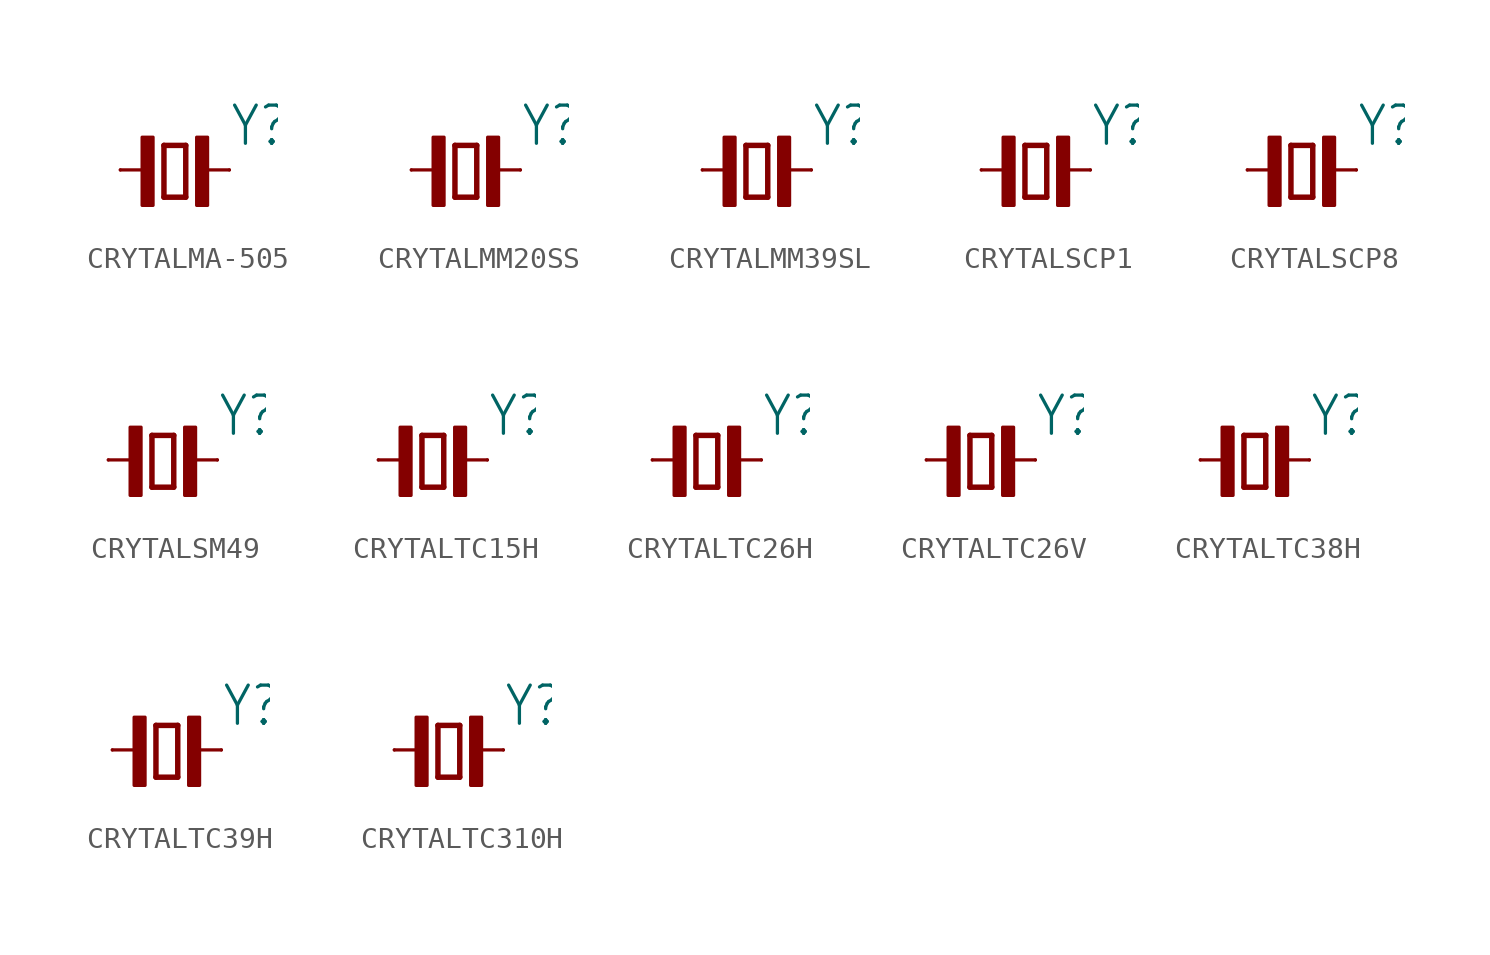
<source format=kicad_sym>
(kicad_symbol_lib
  (version 20231120)
  (generator "kicad_symbol_editor")
  (generator_version "8.0")
  (symbol "CRYTALMA-505"
    (property "Reference" "Y"
      (at 2.54 1.016 0)
      (effects (font (size 1.778 1.511)) (justify left bottom)))
    (property "Value" ""
      (at 2.54 -2.54 0)
      (effects (font (size 1.778 1.511)) (justify left bottom)))
    (property "ki_locked" ""
      (at 0 0 0)
      (effects (font (size 1.27 1.27))))
    (symbol "CRYTALMA-505_1_0"
      (rectangle (start -1.524 -1.651) (end -1.016 1.524) (stroke (width 0) (type default)) (fill (type outline)))
      (polyline (pts (xy -2.54 0) (xy -1.143 0)) (stroke (width 0.152) (type solid)) (fill (type none)))
      (polyline (pts (xy -0.508 -1.27) (xy 0.508 -1.27)) (stroke (width 0.254) (type solid)) (fill (type none)))
      (polyline (pts (xy -0.508 1.143) (xy -0.508 -1.27)) (stroke (width 0.254) (type solid)) (fill (type none)))
      (polyline (pts (xy 0.508 -1.27) (xy 0.508 1.143)) (stroke (width 0.254) (type solid)) (fill (type none)))
      (polyline (pts (xy 0.508 1.143) (xy -0.508 1.143)) (stroke (width 0.254) (type solid)) (fill (type none)))
      (polyline (pts (xy 1.143 0) (xy 2.54 0)) (stroke (width 0.152) (type solid)) (fill (type none)))
      (rectangle (start 1.016 -1.651) (end 1.524 1.524) (stroke (width 0) (type default)) (fill (type outline)))
      (pin passive line (at -2.54 0 0) (length 0) (name "1" (effects (font (size 0 0)))) (number "1" (effects (font (size 0 0)))))
      (pin passive line (at 2.54 0 180) (length 0) (name "2" (effects (font (size 0 0)))) (number "2" (effects (font (size 0 0)))))))
  (symbol "CRYTALMM20SS"
    (property "Reference" "Y"
      (at 2.54 1.016 0)
      (effects (font (size 1.778 1.511)) (justify left bottom)))
    (property "Value" ""
      (at 2.54 -2.54 0)
      (effects (font (size 1.778 1.511)) (justify left bottom)))
    (property "ki_locked" ""
      (at 0 0 0)
      (effects (font (size 1.27 1.27))))
    (symbol "CRYTALMM20SS_1_0"
      (rectangle (start -1.524 -1.651) (end -1.016 1.524) (stroke (width 0) (type default)) (fill (type outline)))
      (polyline (pts (xy -2.54 0) (xy -1.143 0)) (stroke (width 0.152) (type solid)) (fill (type none)))
      (polyline (pts (xy -0.508 -1.27) (xy 0.508 -1.27)) (stroke (width 0.254) (type solid)) (fill (type none)))
      (polyline (pts (xy -0.508 1.143) (xy -0.508 -1.27)) (stroke (width 0.254) (type solid)) (fill (type none)))
      (polyline (pts (xy 0.508 -1.27) (xy 0.508 1.143)) (stroke (width 0.254) (type solid)) (fill (type none)))
      (polyline (pts (xy 0.508 1.143) (xy -0.508 1.143)) (stroke (width 0.254) (type solid)) (fill (type none)))
      (polyline (pts (xy 1.143 0) (xy 2.54 0)) (stroke (width 0.152) (type solid)) (fill (type none)))
      (rectangle (start 1.016 -1.651) (end 1.524 1.524) (stroke (width 0) (type default)) (fill (type outline)))
      (pin passive line (at -2.54 0 0) (length 0) (name "1" (effects (font (size 0 0)))) (number "1" (effects (font (size 0 0)))))
      (pin passive line (at 2.54 0 180) (length 0) (name "2" (effects (font (size 0 0)))) (number "4" (effects (font (size 0 0)))))))
  (symbol "CRYTALMM39SL"
    (property "Reference" "Y"
      (at 2.54 1.016 0)
      (effects (font (size 1.778 1.511)) (justify left bottom)))
    (property "Value" ""
      (at 2.54 -2.54 0)
      (effects (font (size 1.778 1.511)) (justify left bottom)))
    (property "ki_locked" ""
      (at 0 0 0)
      (effects (font (size 1.27 1.27))))
    (symbol "CRYTALMM39SL_1_0"
      (rectangle (start -1.524 -1.651) (end -1.016 1.524) (stroke (width 0) (type default)) (fill (type outline)))
      (polyline (pts (xy -2.54 0) (xy -1.143 0)) (stroke (width 0.152) (type solid)) (fill (type none)))
      (polyline (pts (xy -0.508 -1.27) (xy 0.508 -1.27)) (stroke (width 0.254) (type solid)) (fill (type none)))
      (polyline (pts (xy -0.508 1.143) (xy -0.508 -1.27)) (stroke (width 0.254) (type solid)) (fill (type none)))
      (polyline (pts (xy 0.508 -1.27) (xy 0.508 1.143)) (stroke (width 0.254) (type solid)) (fill (type none)))
      (polyline (pts (xy 0.508 1.143) (xy -0.508 1.143)) (stroke (width 0.254) (type solid)) (fill (type none)))
      (polyline (pts (xy 1.143 0) (xy 2.54 0)) (stroke (width 0.152) (type solid)) (fill (type none)))
      (rectangle (start 1.016 -1.651) (end 1.524 1.524) (stroke (width 0) (type default)) (fill (type outline)))
      (pin passive line (at -2.54 0 0) (length 0) (name "1" (effects (font (size 0 0)))) (number "1" (effects (font (size 0 0)))))
      (pin passive line (at 2.54 0 180) (length 0) (name "2" (effects (font (size 0 0)))) (number "4" (effects (font (size 0 0)))))))
  (symbol "CRYTALSCP1"
    (property "Reference" "Y"
      (at 2.54 1.016 0)
      (effects (font (size 1.778 1.511)) (justify left bottom)))
    (property "Value" ""
      (at 2.54 -2.54 0)
      (effects (font (size 1.778 1.511)) (justify left bottom)))
    (property "ki_locked" ""
      (at 0 0 0)
      (effects (font (size 1.27 1.27))))
    (symbol "CRYTALSCP1_1_0"
      (rectangle (start -1.524 -1.651) (end -1.016 1.524) (stroke (width 0) (type default)) (fill (type outline)))
      (polyline (pts (xy -2.54 0) (xy -1.143 0)) (stroke (width 0.152) (type solid)) (fill (type none)))
      (polyline (pts (xy -0.508 -1.27) (xy 0.508 -1.27)) (stroke (width 0.254) (type solid)) (fill (type none)))
      (polyline (pts (xy -0.508 1.143) (xy -0.508 -1.27)) (stroke (width 0.254) (type solid)) (fill (type none)))
      (polyline (pts (xy 0.508 -1.27) (xy 0.508 1.143)) (stroke (width 0.254) (type solid)) (fill (type none)))
      (polyline (pts (xy 0.508 1.143) (xy -0.508 1.143)) (stroke (width 0.254) (type solid)) (fill (type none)))
      (polyline (pts (xy 1.143 0) (xy 2.54 0)) (stroke (width 0.152) (type solid)) (fill (type none)))
      (rectangle (start 1.016 -1.651) (end 1.524 1.524) (stroke (width 0) (type default)) (fill (type outline)))
      (pin passive line (at -2.54 0 0) (length 0) (name "1" (effects (font (size 0 0)))) (number "1" (effects (font (size 0 0)))))
      (pin passive line (at 2.54 0 180) (length 0) (name "2" (effects (font (size 0 0)))) (number "4" (effects (font (size 0 0)))))))
  (symbol "CRYTALSCP8"
    (property "Reference" "Y"
      (at 2.54 1.016 0)
      (effects (font (size 1.778 1.511)) (justify left bottom)))
    (property "Value" ""
      (at 2.54 -2.54 0)
      (effects (font (size 1.778 1.511)) (justify left bottom)))
    (property "ki_locked" ""
      (at 0 0 0)
      (effects (font (size 1.27 1.27))))
    (symbol "CRYTALSCP8_1_0"
      (rectangle (start -1.524 -1.651) (end -1.016 1.524) (stroke (width 0) (type default)) (fill (type outline)))
      (polyline (pts (xy -2.54 0) (xy -1.143 0)) (stroke (width 0.152) (type solid)) (fill (type none)))
      (polyline (pts (xy -0.508 -1.27) (xy 0.508 -1.27)) (stroke (width 0.254) (type solid)) (fill (type none)))
      (polyline (pts (xy -0.508 1.143) (xy -0.508 -1.27)) (stroke (width 0.254) (type solid)) (fill (type none)))
      (polyline (pts (xy 0.508 -1.27) (xy 0.508 1.143)) (stroke (width 0.254) (type solid)) (fill (type none)))
      (polyline (pts (xy 0.508 1.143) (xy -0.508 1.143)) (stroke (width 0.254) (type solid)) (fill (type none)))
      (polyline (pts (xy 1.143 0) (xy 2.54 0)) (stroke (width 0.152) (type solid)) (fill (type none)))
      (rectangle (start 1.016 -1.651) (end 1.524 1.524) (stroke (width 0) (type default)) (fill (type outline)))
      (pin passive line (at -2.54 0 0) (length 0) (name "1" (effects (font (size 0 0)))) (number "1" (effects (font (size 0 0)))))
      (pin passive line (at 2.54 0 180) (length 0) (name "2" (effects (font (size 0 0)))) (number "2" (effects (font (size 0 0)))))))
  (symbol "CRYTALSM49"
    (property "Reference" "Y"
      (at 2.54 1.016 0)
      (effects (font (size 1.778 1.511)) (justify left bottom)))
    (property "Value" ""
      (at 2.54 -2.54 0)
      (effects (font (size 1.778 1.511)) (justify left bottom)))
    (property "ki_locked" ""
      (at 0 0 0)
      (effects (font (size 1.27 1.27))))
    (symbol "CRYTALSM49_1_0"
      (rectangle (start -1.524 -1.651) (end -1.016 1.524) (stroke (width 0) (type default)) (fill (type outline)))
      (polyline (pts (xy -2.54 0) (xy -1.143 0)) (stroke (width 0.152) (type solid)) (fill (type none)))
      (polyline (pts (xy -0.508 -1.27) (xy 0.508 -1.27)) (stroke (width 0.254) (type solid)) (fill (type none)))
      (polyline (pts (xy -0.508 1.143) (xy -0.508 -1.27)) (stroke (width 0.254) (type solid)) (fill (type none)))
      (polyline (pts (xy 0.508 -1.27) (xy 0.508 1.143)) (stroke (width 0.254) (type solid)) (fill (type none)))
      (polyline (pts (xy 0.508 1.143) (xy -0.508 1.143)) (stroke (width 0.254) (type solid)) (fill (type none)))
      (polyline (pts (xy 1.143 0) (xy 2.54 0)) (stroke (width 0.152) (type solid)) (fill (type none)))
      (rectangle (start 1.016 -1.651) (end 1.524 1.524) (stroke (width 0) (type default)) (fill (type outline)))
      (pin passive line (at -2.54 0 0) (length 0) (name "1" (effects (font (size 0 0)))) (number "1" (effects (font (size 0 0)))))
      (pin passive line (at 2.54 0 180) (length 0) (name "2" (effects (font (size 0 0)))) (number "2" (effects (font (size 0 0)))))))
  (symbol "CRYTALTC15H"
    (property "Reference" "Y"
      (at 2.54 1.016 0)
      (effects (font (size 1.778 1.511)) (justify left bottom)))
    (property "Value" ""
      (at 2.54 -2.54 0)
      (effects (font (size 1.778 1.511)) (justify left bottom)))
    (property "ki_locked" ""
      (at 0 0 0)
      (effects (font (size 1.27 1.27))))
    (symbol "CRYTALTC15H_1_0"
      (rectangle (start -1.524 -1.651) (end -1.016 1.524) (stroke (width 0) (type default)) (fill (type outline)))
      (polyline (pts (xy -2.54 0) (xy -1.143 0)) (stroke (width 0.152) (type solid)) (fill (type none)))
      (polyline (pts (xy -0.508 -1.27) (xy 0.508 -1.27)) (stroke (width 0.254) (type solid)) (fill (type none)))
      (polyline (pts (xy -0.508 1.143) (xy -0.508 -1.27)) (stroke (width 0.254) (type solid)) (fill (type none)))
      (polyline (pts (xy 0.508 -1.27) (xy 0.508 1.143)) (stroke (width 0.254) (type solid)) (fill (type none)))
      (polyline (pts (xy 0.508 1.143) (xy -0.508 1.143)) (stroke (width 0.254) (type solid)) (fill (type none)))
      (polyline (pts (xy 1.143 0) (xy 2.54 0)) (stroke (width 0.152) (type solid)) (fill (type none)))
      (rectangle (start 1.016 -1.651) (end 1.524 1.524) (stroke (width 0) (type default)) (fill (type outline)))
      (pin passive line (at -2.54 0 0) (length 0) (name "1" (effects (font (size 0 0)))) (number "1" (effects (font (size 0 0)))))
      (pin passive line (at 2.54 0 180) (length 0) (name "2" (effects (font (size 0 0)))) (number "2" (effects (font (size 0 0)))))))
  (symbol "CRYTALTC26H"
    (property "Reference" "Y"
      (at 2.54 1.016 0)
      (effects (font (size 1.778 1.511)) (justify left bottom)))
    (property "Value" ""
      (at 2.54 -2.54 0)
      (effects (font (size 1.778 1.511)) (justify left bottom)))
    (property "ki_locked" ""
      (at 0 0 0)
      (effects (font (size 1.27 1.27))))
    (symbol "CRYTALTC26H_1_0"
      (rectangle (start -1.524 -1.651) (end -1.016 1.524) (stroke (width 0) (type default)) (fill (type outline)))
      (polyline (pts (xy -2.54 0) (xy -1.143 0)) (stroke (width 0.152) (type solid)) (fill (type none)))
      (polyline (pts (xy -0.508 -1.27) (xy 0.508 -1.27)) (stroke (width 0.254) (type solid)) (fill (type none)))
      (polyline (pts (xy -0.508 1.143) (xy -0.508 -1.27)) (stroke (width 0.254) (type solid)) (fill (type none)))
      (polyline (pts (xy 0.508 -1.27) (xy 0.508 1.143)) (stroke (width 0.254) (type solid)) (fill (type none)))
      (polyline (pts (xy 0.508 1.143) (xy -0.508 1.143)) (stroke (width 0.254) (type solid)) (fill (type none)))
      (polyline (pts (xy 1.143 0) (xy 2.54 0)) (stroke (width 0.152) (type solid)) (fill (type none)))
      (rectangle (start 1.016 -1.651) (end 1.524 1.524) (stroke (width 0) (type default)) (fill (type outline)))
      (pin passive line (at -2.54 0 0) (length 0) (name "1" (effects (font (size 0 0)))) (number "1" (effects (font (size 0 0)))))
      (pin passive line (at 2.54 0 180) (length 0) (name "2" (effects (font (size 0 0)))) (number "2" (effects (font (size 0 0)))))))
  (symbol "CRYTALTC26V"
    (property "Reference" "Y"
      (at 2.54 1.016 0)
      (effects (font (size 1.778 1.511)) (justify left bottom)))
    (property "Value" ""
      (at 2.54 -2.54 0)
      (effects (font (size 1.778 1.511)) (justify left bottom)))
    (property "ki_locked" ""
      (at 0 0 0)
      (effects (font (size 1.27 1.27))))
    (symbol "CRYTALTC26V_1_0"
      (rectangle (start -1.524 -1.651) (end -1.016 1.524) (stroke (width 0) (type default)) (fill (type outline)))
      (polyline (pts (xy -2.54 0) (xy -1.143 0)) (stroke (width 0.152) (type solid)) (fill (type none)))
      (polyline (pts (xy -0.508 -1.27) (xy 0.508 -1.27)) (stroke (width 0.254) (type solid)) (fill (type none)))
      (polyline (pts (xy -0.508 1.143) (xy -0.508 -1.27)) (stroke (width 0.254) (type solid)) (fill (type none)))
      (polyline (pts (xy 0.508 -1.27) (xy 0.508 1.143)) (stroke (width 0.254) (type solid)) (fill (type none)))
      (polyline (pts (xy 0.508 1.143) (xy -0.508 1.143)) (stroke (width 0.254) (type solid)) (fill (type none)))
      (polyline (pts (xy 1.143 0) (xy 2.54 0)) (stroke (width 0.152) (type solid)) (fill (type none)))
      (rectangle (start 1.016 -1.651) (end 1.524 1.524) (stroke (width 0) (type default)) (fill (type outline)))
      (pin passive line (at -2.54 0 0) (length 0) (name "1" (effects (font (size 0 0)))) (number "1" (effects (font (size 0 0)))))
      (pin passive line (at 2.54 0 180) (length 0) (name "2" (effects (font (size 0 0)))) (number "2" (effects (font (size 0 0)))))))
  (symbol "CRYTALTC38H"
    (property "Reference" "Y"
      (at 2.54 1.016 0)
      (effects (font (size 1.778 1.511)) (justify left bottom)))
    (property "Value" ""
      (at 2.54 -2.54 0)
      (effects (font (size 1.778 1.511)) (justify left bottom)))
    (property "ki_locked" ""
      (at 0 0 0)
      (effects (font (size 1.27 1.27))))
    (symbol "CRYTALTC38H_1_0"
      (rectangle (start -1.524 -1.651) (end -1.016 1.524) (stroke (width 0) (type default)) (fill (type outline)))
      (polyline (pts (xy -2.54 0) (xy -1.143 0)) (stroke (width 0.152) (type solid)) (fill (type none)))
      (polyline (pts (xy -0.508 -1.27) (xy 0.508 -1.27)) (stroke (width 0.254) (type solid)) (fill (type none)))
      (polyline (pts (xy -0.508 1.143) (xy -0.508 -1.27)) (stroke (width 0.254) (type solid)) (fill (type none)))
      (polyline (pts (xy 0.508 -1.27) (xy 0.508 1.143)) (stroke (width 0.254) (type solid)) (fill (type none)))
      (polyline (pts (xy 0.508 1.143) (xy -0.508 1.143)) (stroke (width 0.254) (type solid)) (fill (type none)))
      (polyline (pts (xy 1.143 0) (xy 2.54 0)) (stroke (width 0.152) (type solid)) (fill (type none)))
      (rectangle (start 1.016 -1.651) (end 1.524 1.524) (stroke (width 0) (type default)) (fill (type outline)))
      (pin passive line (at -2.54 0 0) (length 0) (name "1" (effects (font (size 0 0)))) (number "1" (effects (font (size 0 0)))))
      (pin passive line (at 2.54 0 180) (length 0) (name "2" (effects (font (size 0 0)))) (number "2" (effects (font (size 0 0)))))))
  (symbol "CRYTALTC39H"
    (property "Reference" "Y"
      (at 2.54 1.016 0)
      (effects (font (size 1.778 1.511)) (justify left bottom)))
    (property "Value" ""
      (at 2.54 -2.54 0)
      (effects (font (size 1.778 1.511)) (justify left bottom)))
    (property "ki_locked" ""
      (at 0 0 0)
      (effects (font (size 1.27 1.27))))
    (symbol "CRYTALTC39H_1_0"
      (rectangle (start -1.524 -1.651) (end -1.016 1.524) (stroke (width 0) (type default)) (fill (type outline)))
      (polyline (pts (xy -2.54 0) (xy -1.143 0)) (stroke (width 0.152) (type solid)) (fill (type none)))
      (polyline (pts (xy -0.508 -1.27) (xy 0.508 -1.27)) (stroke (width 0.254) (type solid)) (fill (type none)))
      (polyline (pts (xy -0.508 1.143) (xy -0.508 -1.27)) (stroke (width 0.254) (type solid)) (fill (type none)))
      (polyline (pts (xy 0.508 -1.27) (xy 0.508 1.143)) (stroke (width 0.254) (type solid)) (fill (type none)))
      (polyline (pts (xy 0.508 1.143) (xy -0.508 1.143)) (stroke (width 0.254) (type solid)) (fill (type none)))
      (polyline (pts (xy 1.143 0) (xy 2.54 0)) (stroke (width 0.152) (type solid)) (fill (type none)))
      (rectangle (start 1.016 -1.651) (end 1.524 1.524) (stroke (width 0) (type default)) (fill (type outline)))
      (pin passive line (at -2.54 0 0) (length 0) (name "1" (effects (font (size 0 0)))) (number "1" (effects (font (size 0 0)))))
      (pin passive line (at 2.54 0 180) (length 0) (name "2" (effects (font (size 0 0)))) (number "2" (effects (font (size 0 0)))))))
  (symbol "CRYTALTC310H"
    (property "Reference" "Y"
      (at 2.54 1.016 0)
      (effects (font (size 1.778 1.511)) (justify left bottom)))
    (property "Value" ""
      (at 2.54 -2.54 0)
      (effects (font (size 1.778 1.511)) (justify left bottom)))
    (property "ki_locked" ""
      (at 0 0 0)
      (effects (font (size 1.27 1.27))))
    (symbol "CRYTALTC310H_1_0"
      (rectangle (start -1.524 -1.651) (end -1.016 1.524) (stroke (width 0) (type default)) (fill (type outline)))
      (polyline (pts (xy -2.54 0) (xy -1.143 0)) (stroke (width 0.152) (type solid)) (fill (type none)))
      (polyline (pts (xy -0.508 -1.27) (xy 0.508 -1.27)) (stroke (width 0.254) (type solid)) (fill (type none)))
      (polyline (pts (xy -0.508 1.143) (xy -0.508 -1.27)) (stroke (width 0.254) (type solid)) (fill (type none)))
      (polyline (pts (xy 0.508 -1.27) (xy 0.508 1.143)) (stroke (width 0.254) (type solid)) (fill (type none)))
      (polyline (pts (xy 0.508 1.143) (xy -0.508 1.143)) (stroke (width 0.254) (type solid)) (fill (type none)))
      (polyline (pts (xy 1.143 0) (xy 2.54 0)) (stroke (width 0.152) (type solid)) (fill (type none)))
      (rectangle (start 1.016 -1.651) (end 1.524 1.524) (stroke (width 0) (type default)) (fill (type outline)))
      (pin passive line (at -2.54 0 0) (length 0) (name "1" (effects (font (size 0 0)))) (number "1" (effects (font (size 0 0)))))
      (pin passive line (at 2.54 0 180) (length 0) (name "2" (effects (font (size 0 0)))) (number "2" (effects (font (size 0 0))))))))
</source>
